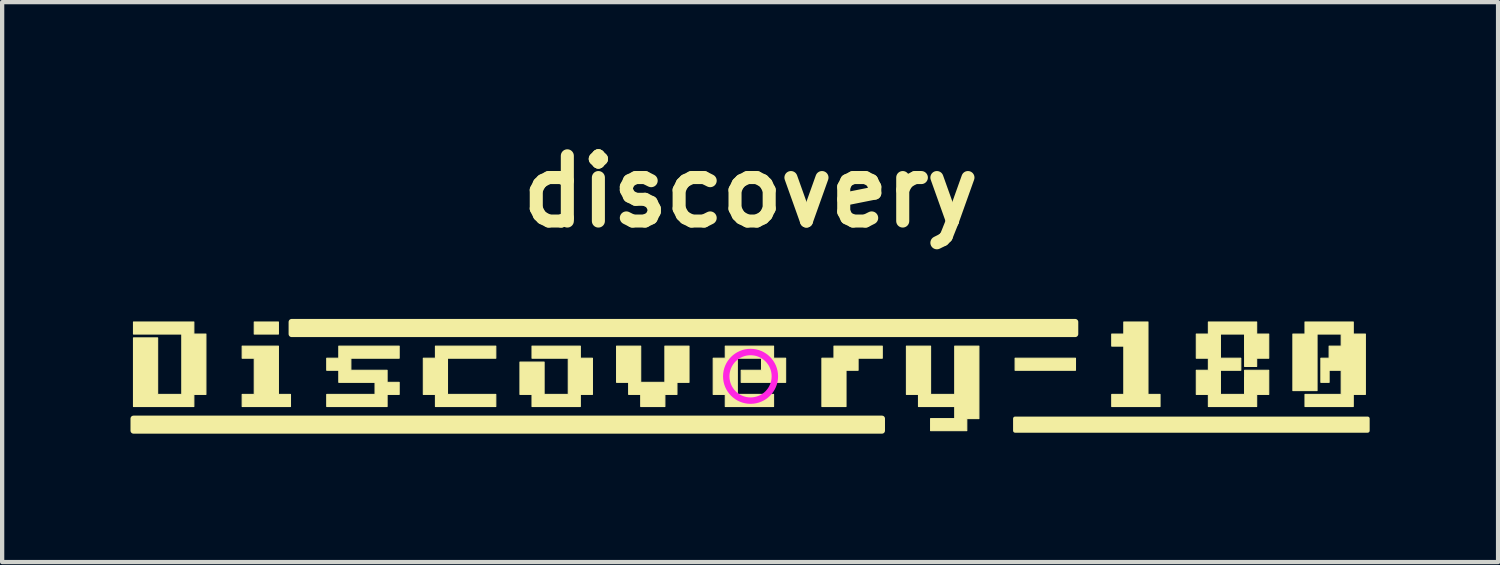
<source format=kicad_pcb>
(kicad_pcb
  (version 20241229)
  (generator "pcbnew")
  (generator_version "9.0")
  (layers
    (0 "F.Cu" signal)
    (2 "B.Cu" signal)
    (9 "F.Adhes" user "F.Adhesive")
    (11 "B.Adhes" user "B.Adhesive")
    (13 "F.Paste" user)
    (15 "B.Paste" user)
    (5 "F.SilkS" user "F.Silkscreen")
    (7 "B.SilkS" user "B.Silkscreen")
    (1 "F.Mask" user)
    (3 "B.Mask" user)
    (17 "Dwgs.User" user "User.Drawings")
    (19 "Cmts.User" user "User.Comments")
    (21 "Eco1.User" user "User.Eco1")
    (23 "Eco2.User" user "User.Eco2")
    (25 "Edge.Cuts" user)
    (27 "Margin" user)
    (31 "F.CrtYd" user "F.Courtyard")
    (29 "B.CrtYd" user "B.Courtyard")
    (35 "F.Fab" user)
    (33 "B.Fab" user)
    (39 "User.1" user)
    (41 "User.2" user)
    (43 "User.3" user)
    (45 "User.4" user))
  (footprint "discovery"
    (layer "F.Cu")
    (at 14.489 5.744)
    (property "Reference" "discovery" (at 0 -4.318 0) (layer "F.SilkS") (effects (font (size 1.524 1.524) (thickness 0.305))))
    (attr smd)
    (fp_poly (pts (xy -14.42 1.129) (xy -14.42 0.988) (xy -5.674 0.988) (xy 3.072 0.988) (xy 3.072 1.129) (xy 3.072 1.27) (xy -5.674 1.27) (xy -14.42 1.27) (xy -14.42 1.129)) (stroke (width 0.139) (type solid)) (fill yes) (layer "F.SilkS"))
    (fp_poly (pts (xy -11.598 -1.129) (xy -11.598 -1.27) (xy -11.315 -1.27) (xy -11.033 -1.27) (xy -11.033 -1.129) (xy -11.033 -0.988) (xy -11.315 -0.988) (xy -11.598 -0.988) (xy -11.598 -1.129)) (stroke (width 0.025) (type solid)) (fill yes) (layer "F.SilkS"))
    (fp_poly (pts (xy -10.724 -1.129) (xy -10.724 -1.27) (xy -1.568 -1.27) (xy 7.587 -1.27) (xy 7.587 -1.129) (xy 7.587 -0.988) (xy -1.568 -0.988) (xy -10.724 -0.988) (xy -10.724 -1.129)) (stroke (width 0.142) (type solid)) (fill yes) (layer "F.SilkS"))
    (fp_poly (pts (xy 6.182 -0.282) (xy 6.182 -0.423) (xy 6.888 -0.423) (xy 7.593 -0.423) (xy 7.593 -0.282) (xy 7.593 -0.141) (xy 6.888 -0.141) (xy 6.182 -0.141) (xy 6.182 -0.282)) (stroke (width 0.025) (type solid)) (fill yes) (layer "F.SilkS"))
    (fp_poly (pts (xy 6.182 1.129) (xy 6.182 0.988) (xy 10.301 0.988) (xy 14.42 0.988) (xy 14.42 1.129) (xy 14.42 1.27) (xy 10.301 1.27) (xy 6.182 1.27) (xy 6.182 1.129)) (stroke (width 0.095) (type solid)) (fill yes) (layer "F.SilkS"))
    (fp_poly (pts (xy -11.88 0.564) (xy -11.88 0.423) (xy -11.739 0.423) (xy -11.598 0.423) (xy -11.598 -0.000008) (xy -11.598 -0.423) (xy -11.739 -0.423) (xy -11.88 -0.423) (xy -11.88 -0.564) (xy -11.88 -0.706) (xy -11.457 -0.706) (xy -11.033 -0.706) (xy -11.033 -0.141) (xy -11.033 0.423) (xy -10.892 0.423) (xy -10.751 0.423) (xy -10.751 0.564) (xy -10.751 0.706) (xy -11.315 0.706) (xy -11.88 0.706) (xy -11.88 0.564)) (stroke (width 0.025) (type solid)) (fill yes) (layer "F.SilkS"))
    (fp_poly (pts (xy 1.667 0.141) (xy 1.667 -0.423) (xy 1.808 -0.423) (xy 1.949 -0.423) (xy 1.949 -0.564) (xy 1.949 -0.706) (xy 2.513 -0.706) (xy 3.078 -0.706) (xy 3.078 -0.564) (xy 3.078 -0.423) (xy 2.796 -0.423) (xy 2.513 -0.423) (xy 2.513 -0.282) (xy 2.513 -0.141) (xy 2.372 -0.141) (xy 2.231 -0.141) (xy 2.231 0.282) (xy 2.231 0.706) (xy 1.949 0.706) (xy 1.667 0.706) (xy 1.667 0.141)) (stroke (width 0.025) (type solid)) (fill yes) (layer "F.SilkS"))
    (fp_poly (pts (xy -7.364 0.564) (xy -7.364 0.423) (xy -7.505 0.423) (xy -7.647 0.423) (xy -7.647 -0.000008) (xy -7.647 -0.423) (xy -7.505 -0.423) (xy -7.364 -0.423) (xy -7.364 -0.564) (xy -7.364 -0.706) (xy -6.659 -0.706) (xy -5.953 -0.706) (xy -5.953 -0.564) (xy -5.953 -0.423) (xy -6.518 -0.423) (xy -7.082 -0.423) (xy -7.082 -0.000008) (xy -7.082 0.423) (xy -6.518 0.423) (xy -5.953 0.423) (xy -5.953 0.564) (xy -5.953 0.706) (xy -6.659 0.706) (xy -7.364 0.706) (xy -7.364 0.564)) (stroke (width 0.025) (type solid)) (fill yes) (layer "F.SilkS"))
    (fp_poly (pts (xy 8.44 0.564) (xy 8.44 0.423) (xy 8.581 0.423) (xy 8.722 0.423) (xy 8.722 -0.141) (xy 8.722 -0.706) (xy 8.581 -0.706) (xy 8.44 -0.706) (xy 8.44 -0.847) (xy 8.44 -0.988) (xy 8.581 -0.988) (xy 8.722 -0.988) (xy 8.722 -1.129) (xy 8.722 -1.27) (xy 9.004 -1.27) (xy 9.287 -1.27) (xy 9.287 -0.423) (xy 9.287 0.423) (xy 9.428 0.423) (xy 9.569 0.423) (xy 9.569 0.564) (xy 9.569 0.706) (xy 9.004 0.706) (xy 8.44 0.706) (xy 8.44 0.564)) (stroke (width 0.025) (type solid)) (fill yes) (layer "F.SilkS"))
    (fp_poly (pts (xy -14.42 -1.27) (xy -14.42 -0.988) (xy -13.855 -0.988) (xy -13.573 -0.988) (xy -13.291 -0.988) (xy -13.291 -0.282) (xy -13.291 0.423) (xy -13.573 0.423) (xy -13.855 0.423) (xy -13.855 -0.282) (xy -13.855 -0.898) (xy -14.42 -0.898) (xy -14.42 -0.282) (xy -14.42 0.706) (xy -13.714 0.706) (xy -13.009 0.706) (xy -13.009 0.564) (xy -13.009 0.423) (xy -12.868 0.423) (xy -12.727 0.423) (xy -12.727 -0.282) (xy -12.727 -0.988) (xy -12.868 -0.988) (xy -13.009 -0.988) (xy -13.009 -1.129) (xy -13.009 -1.27) (xy -13.714 -1.27) (xy -14.42 -1.27)) (stroke (width 0.025) (type solid)) (fill yes) (layer "F.SilkS"))
    (fp_poly (pts (xy -5.107 -0.706) (xy -5.107 -0.564) (xy -5.107 -0.423) (xy -4.824 -0.423) (xy -4.542 -0.423) (xy -4.26 -0.423) (xy -4.26 -0.000008) (xy -4.26 0.423) (xy -4.542 0.423) (xy -4.824 0.423) (xy -4.824 -0.000008) (xy -4.824 -0.333) (xy -5.389 -0.333) (xy -5.389 -0.000008) (xy -5.389 0.423) (xy -5.248 0.423) (xy -5.107 0.423) (xy -5.107 0.564) (xy -5.107 0.706) (xy -4.542 0.706) (xy -3.978 0.706) (xy -3.978 0.564) (xy -3.978 0.423) (xy -3.837 0.423) (xy -3.695 0.423) (xy -3.695 -0.000008) (xy -3.695 -0.423) (xy -3.837 -0.423) (xy -3.978 -0.423) (xy -3.978 -0.564) (xy -3.978 -0.706) (xy -4.542 -0.706) (xy -5.107 -0.706)) (stroke (width 0.025) (type solid)) (fill yes) (layer "F.SilkS"))
    (fp_poly (pts (xy -2.567 0.564) (xy -2.567 0.423) (xy -2.708 0.423) (xy -2.849 0.423) (xy -2.849 0.282) (xy -2.849 0.141) (xy -2.99 0.141) (xy -3.131 0.141) (xy -3.131 -0.282) (xy -3.131 -0.706) (xy -2.849 -0.706) (xy -2.567 -0.706) (xy -2.567 -0.282) (xy -2.567 0.141) (xy -2.284 0.141) (xy -2.002 0.141) (xy -2.002 -0.282) (xy -2.002 -0.706) (xy -1.72 -0.706) (xy -1.438 -0.706) (xy -1.438 -0.282) (xy -1.438 0.141) (xy -1.579 0.141) (xy -1.72 0.141) (xy -1.72 0.282) (xy -1.72 0.423) (xy -1.861 0.423) (xy -2.002 0.423) (xy -2.002 0.564) (xy -2.002 0.706) (xy -2.284 0.706) (xy -2.567 0.706) (xy -2.567 0.564)) (stroke (width 0.025) (type solid)) (fill yes) (layer "F.SilkS"))
    (fp_poly (pts (xy 4.207 1.129) (xy 4.207 0.988) (xy 4.489 0.988) (xy 4.771 0.988) (xy 4.771 0.847) (xy 4.771 0.706) (xy 4.348 0.706) (xy 3.924 0.706) (xy 3.924 0.564) (xy 3.924 0.423) (xy 3.783 0.423) (xy 3.642 0.423) (xy 3.642 -0.141) (xy 3.642 -0.706) (xy 3.924 -0.706) (xy 4.207 -0.706) (xy 4.207 -0.141) (xy 4.207 0.423) (xy 4.489 0.423) (xy 4.771 0.423) (xy 4.771 -0.141) (xy 4.771 -0.706) (xy 5.053 -0.706) (xy 5.336 -0.706) (xy 5.336 0.141) (xy 5.336 0.988) (xy 5.194 0.988) (xy 5.053 0.988) (xy 5.053 1.129) (xy 5.053 1.27) (xy 4.63 1.27) (xy 4.207 1.27) (xy 4.207 1.129)) (stroke (width 0.025) (type solid)) (fill yes) (layer "F.SilkS"))
    (fp_poly (pts (xy -9.904 0.564) (xy -9.904 0.423) (xy -9.34 0.423) (xy -8.775 0.423) (xy -8.775 0.282) (xy -8.775 0.141) (xy -9.199 0.141) (xy -9.622 0.141) (xy -9.622 -0.000008) (xy -9.622 -0.141) (xy -9.763 -0.141) (xy -9.904 -0.141) (xy -9.904 -0.282) (xy -9.904 -0.423) (xy -9.763 -0.423) (xy -9.622 -0.423) (xy -9.622 -0.564) (xy -9.622 -0.706) (xy -8.917 -0.706) (xy -8.211 -0.706) (xy -8.211 -0.564) (xy -8.211 -0.423) (xy -8.775 -0.423) (xy -9.34 -0.423) (xy -9.34 -0.282) (xy -9.34 -0.141) (xy -8.917 -0.141) (xy -8.493 -0.141) (xy -8.493 -0.000008) (xy -8.493 0.141) (xy -8.352 0.141) (xy -8.211 0.141) (xy -8.211 0.282) (xy -8.211 0.423) (xy -8.352 0.423) (xy -8.493 0.423) (xy -8.493 0.564) (xy -8.493 0.706) (xy -9.199 0.706) (xy -9.904 0.706) (xy -9.904 0.564)) (stroke (width 0.025) (type solid)) (fill yes) (layer "F.SilkS"))
    (fp_poly (pts (xy -0.591 -0.706) (xy -0.591 -0.564) (xy -0.591 -0.423) (xy -0.732 -0.423) (xy -0.873 -0.423) (xy -0.873 -0.000008) (xy -0.873 0.423) (xy -0.732 0.423) (xy -0.591 0.423) (xy -0.591 0.564) (xy -0.591 0.706) (xy -0.027 0.706) (xy 0.538 0.706) (xy 0.538 0.564) (xy 0.538 0.423) (xy 0.114 0.423) (xy -0.219 0.423) (xy -0.309 0.423) (xy -0.309 0.282) (xy -0.309 0.141) (xy -0.309 -0.141) (xy -0.309 -0.144) (xy -0.309 -0.282) (xy -0.309 -0.423) (xy -0.027 -0.423) (xy 0.256 -0.423) (xy 0.256 -0.282) (xy 0.256 -0.141) (xy -0.027 -0.141) (xy -0.219 -0.141) (xy -0.219 0.141) (xy 0.256 0.141) (xy 0.82 0.141) (xy 0.82 -0.141) (xy 0.82 -0.423) (xy 0.679 -0.423) (xy 0.538 -0.423) (xy 0.538 -0.564) (xy 0.538 -0.706) (xy -0.027 -0.706) (xy -0.591 -0.706)) (stroke (width 0.025) (type solid)) (fill yes) (layer "F.SilkS"))
    (fp_poly (pts (xy 12.956 -1.27) (xy 12.956 -1.129) (xy 12.956 -0.988) (xy 12.814 -0.988) (xy 12.673 -0.988) (xy 12.673 -0.282) (xy 12.673 0.334) (xy 13.238 0.334) (xy 13.238 0.282) (xy 13.238 0.144) (xy 13.238 0.141) (xy 13.238 -0.423) (xy 13.238 -0.706) (xy 13.238 -0.988) (xy 13.52 -0.988) (xy 13.802 -0.988) (xy 13.802 -0.847) (xy 13.802 -0.706) (xy 13.661 -0.706) (xy 13.52 -0.706) (xy 13.52 -0.564) (xy 13.52 -0.423) (xy 13.379 -0.423) (xy 13.327 -0.423) (xy 13.327 0.141) (xy 13.379 0.141) (xy 13.52 0.141) (xy 13.52 -0.000008) (xy 13.52 -0.141) (xy 13.661 -0.141) (xy 13.802 -0.141) (xy 13.802 0.141) (xy 13.802 0.423) (xy 13.52 0.423) (xy 13.24 0.423) (xy 13.238 0.423) (xy 12.956 0.423) (xy 12.956 0.564) (xy 12.956 0.706) (xy 13.52 0.706) (xy 14.084 0.706) (xy 14.084 0.564) (xy 14.084 0.423) (xy 14.225 0.423) (xy 14.367 0.423) (xy 14.367 -0.282) (xy 14.367 -0.988) (xy 14.225 -0.988) (xy 14.084 -0.988) (xy 14.084 -1.129) (xy 14.084 -1.27) (xy 13.52 -1.27) (xy 12.956 -1.27)) (stroke (width 0.025) (type solid)) (fill yes) (layer "F.SilkS"))
    (fp_poly (pts (xy 10.698 -1.27) (xy 10.698 -1.129) (xy 10.698 -0.988) (xy 10.557 -0.988) (xy 10.416 -0.988) (xy 10.416 -0.706) (xy 10.416 -0.423) (xy 10.557 -0.423) (xy 10.698 -0.423) (xy 10.698 -0.282) (xy 10.698 -0.141) (xy 10.557 -0.141) (xy 10.416 -0.141) (xy 10.416 0.141) (xy 10.416 0.423) (xy 10.557 0.423) (xy 10.698 0.423) (xy 10.698 0.564) (xy 10.698 0.706) (xy 11.262 0.706) (xy 11.827 0.706) (xy 11.827 0.564) (xy 11.827 0.423) (xy 11.968 0.423) (xy 12.109 0.423) (xy 12.109 0.141) (xy 12.109 -0.141) (xy 11.827 -0.141) (xy 11.545 -0.141) (xy 11.545 0.02) (xy 11.544 0.02) (xy 11.544 0.141) (xy 11.544 0.423) (xy 11.262 0.423) (xy 10.98 0.423) (xy 10.98 0.141) (xy 10.98 -0.141) (xy 11.262 -0.141) (xy 11.456 -0.141) (xy 11.456 -0.423) (xy 11.262 -0.423) (xy 10.98 -0.423) (xy 10.98 -0.706) (xy 10.98 -0.988) (xy 11.262 -0.988) (xy 11.544 -0.988) (xy 11.544 -0.706) (xy 11.544 -0.547) (xy 11.545 -0.547) (xy 11.545 -0.231) (xy 11.827 -0.231) (xy 11.827 -0.282) (xy 11.827 -0.423) (xy 11.968 -0.423) (xy 12.109 -0.423) (xy 12.109 -0.706) (xy 12.109 -0.988) (xy 11.968 -0.988) (xy 11.827 -0.988) (xy 11.827 -1.129) (xy 11.827 -1.27) (xy 11.262 -1.27) (xy 10.698 -1.27)) (stroke (width 0.025) (type solid)) (fill yes) (layer "F.SilkS"))
    (fp_circle (center 0 0) (end 0.508 0.254) (stroke (width 0.15) (type solid)) (fill no) (layer "F.CrtYd")))
  (gr_rect
    (start -3 -3)
    (end 31.957 10.084)
    (stroke (width 0.1) (type default))
    (fill no)
    (layer "Edge.Cuts")))
</source>
